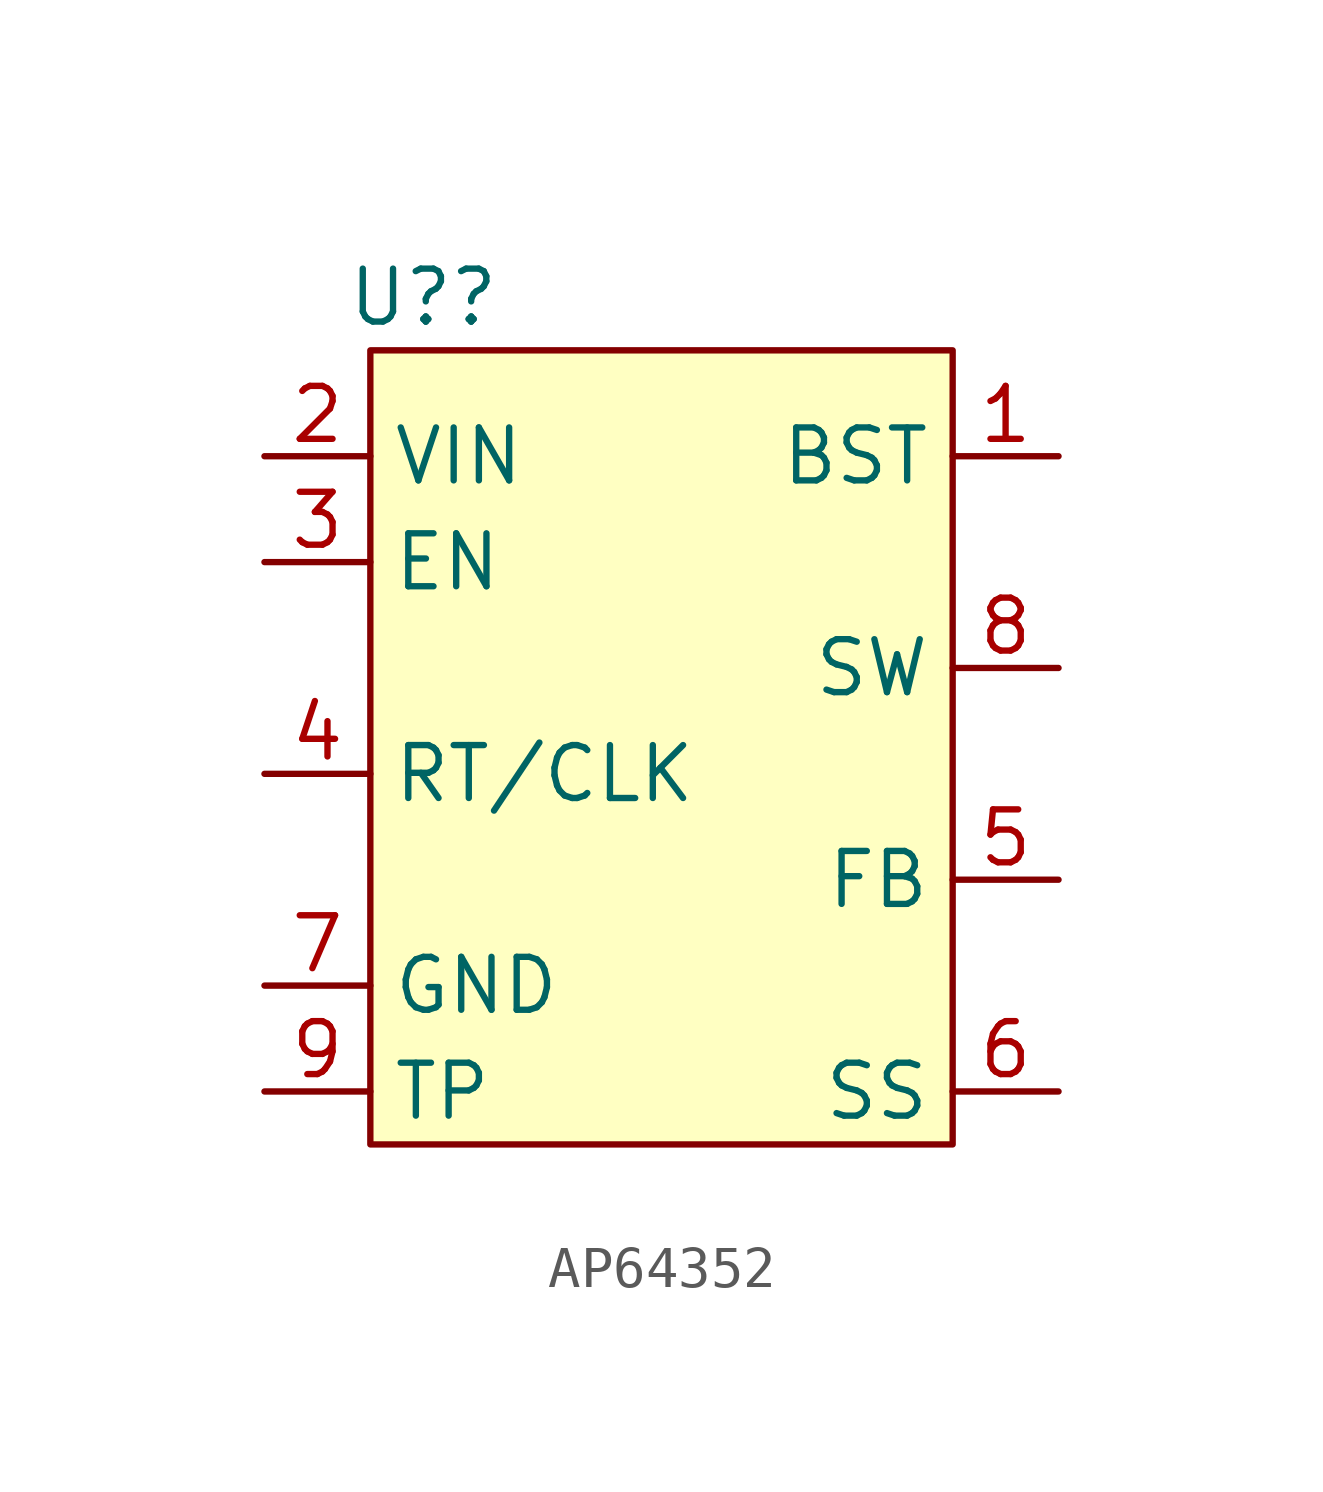
<source format=kicad_sym>
(kicad_symbol_lib
  (version 20231120)
  (generator "kicad_symbol_editor")
  (generator_version "8.0")
  (symbol "AP64352"
    (property "Reference" "U?"
      (at -2.54 7.62 0)
      (effects (font (size 1.27 1.27))))
    (property "Value" ""
      (at 0 0 0)
      (effects (font (size 1.27 1.27))))
    (symbol "AP64352_1_1"
      (rectangle (start -3.81 6.35) (end 10.16 -12.7) (stroke (width 0) (type default)) (fill (type background)))
      (pin input line (at 12.7 3.81 180) (length 2.54) (name "BST" (effects (font (size 1.27 1.27)))) (number "1" (effects (font (size 1.27 1.27)))))
      (pin input line (at -6.35 3.81 0) (length 2.54) (name "VIN" (effects (font (size 1.27 1.27)))) (number "2" (effects (font (size 1.27 1.27)))))
      (pin input line (at -6.35 1.27 0) (length 2.54) (name "EN" (effects (font (size 1.27 1.27)))) (number "3" (effects (font (size 1.27 1.27)))))
      (pin input line (at -6.35 -3.81 0) (length 2.54) (name "RT/CLK" (effects (font (size 1.27 1.27)))) (number "4" (effects (font (size 1.27 1.27)))))
      (pin input line (at 12.7 -6.35 180) (length 2.54) (name "FB" (effects (font (size 1.27 1.27)))) (number "5" (effects (font (size 1.27 1.27)))))
      (pin input line (at 12.7 -11.43 180) (length 2.54) (name "SS" (effects (font (size 1.27 1.27)))) (number "6" (effects (font (size 1.27 1.27)))))
      (pin input line (at -6.35 -8.89 0) (length 2.54) (name "GND" (effects (font (size 1.27 1.27)))) (number "7" (effects (font (size 1.27 1.27)))))
      (pin input line (at 12.7 -1.27 180) (length 2.54) (name "SW" (effects (font (size 1.27 1.27)))) (number "8" (effects (font (size 1.27 1.27)))))
      (pin input line (at -6.35 -11.43 0) (length 2.54) (name "TP" (effects (font (size 1.27 1.27)))) (number "9" (effects (font (size 1.27 1.27))))))))
</source>
